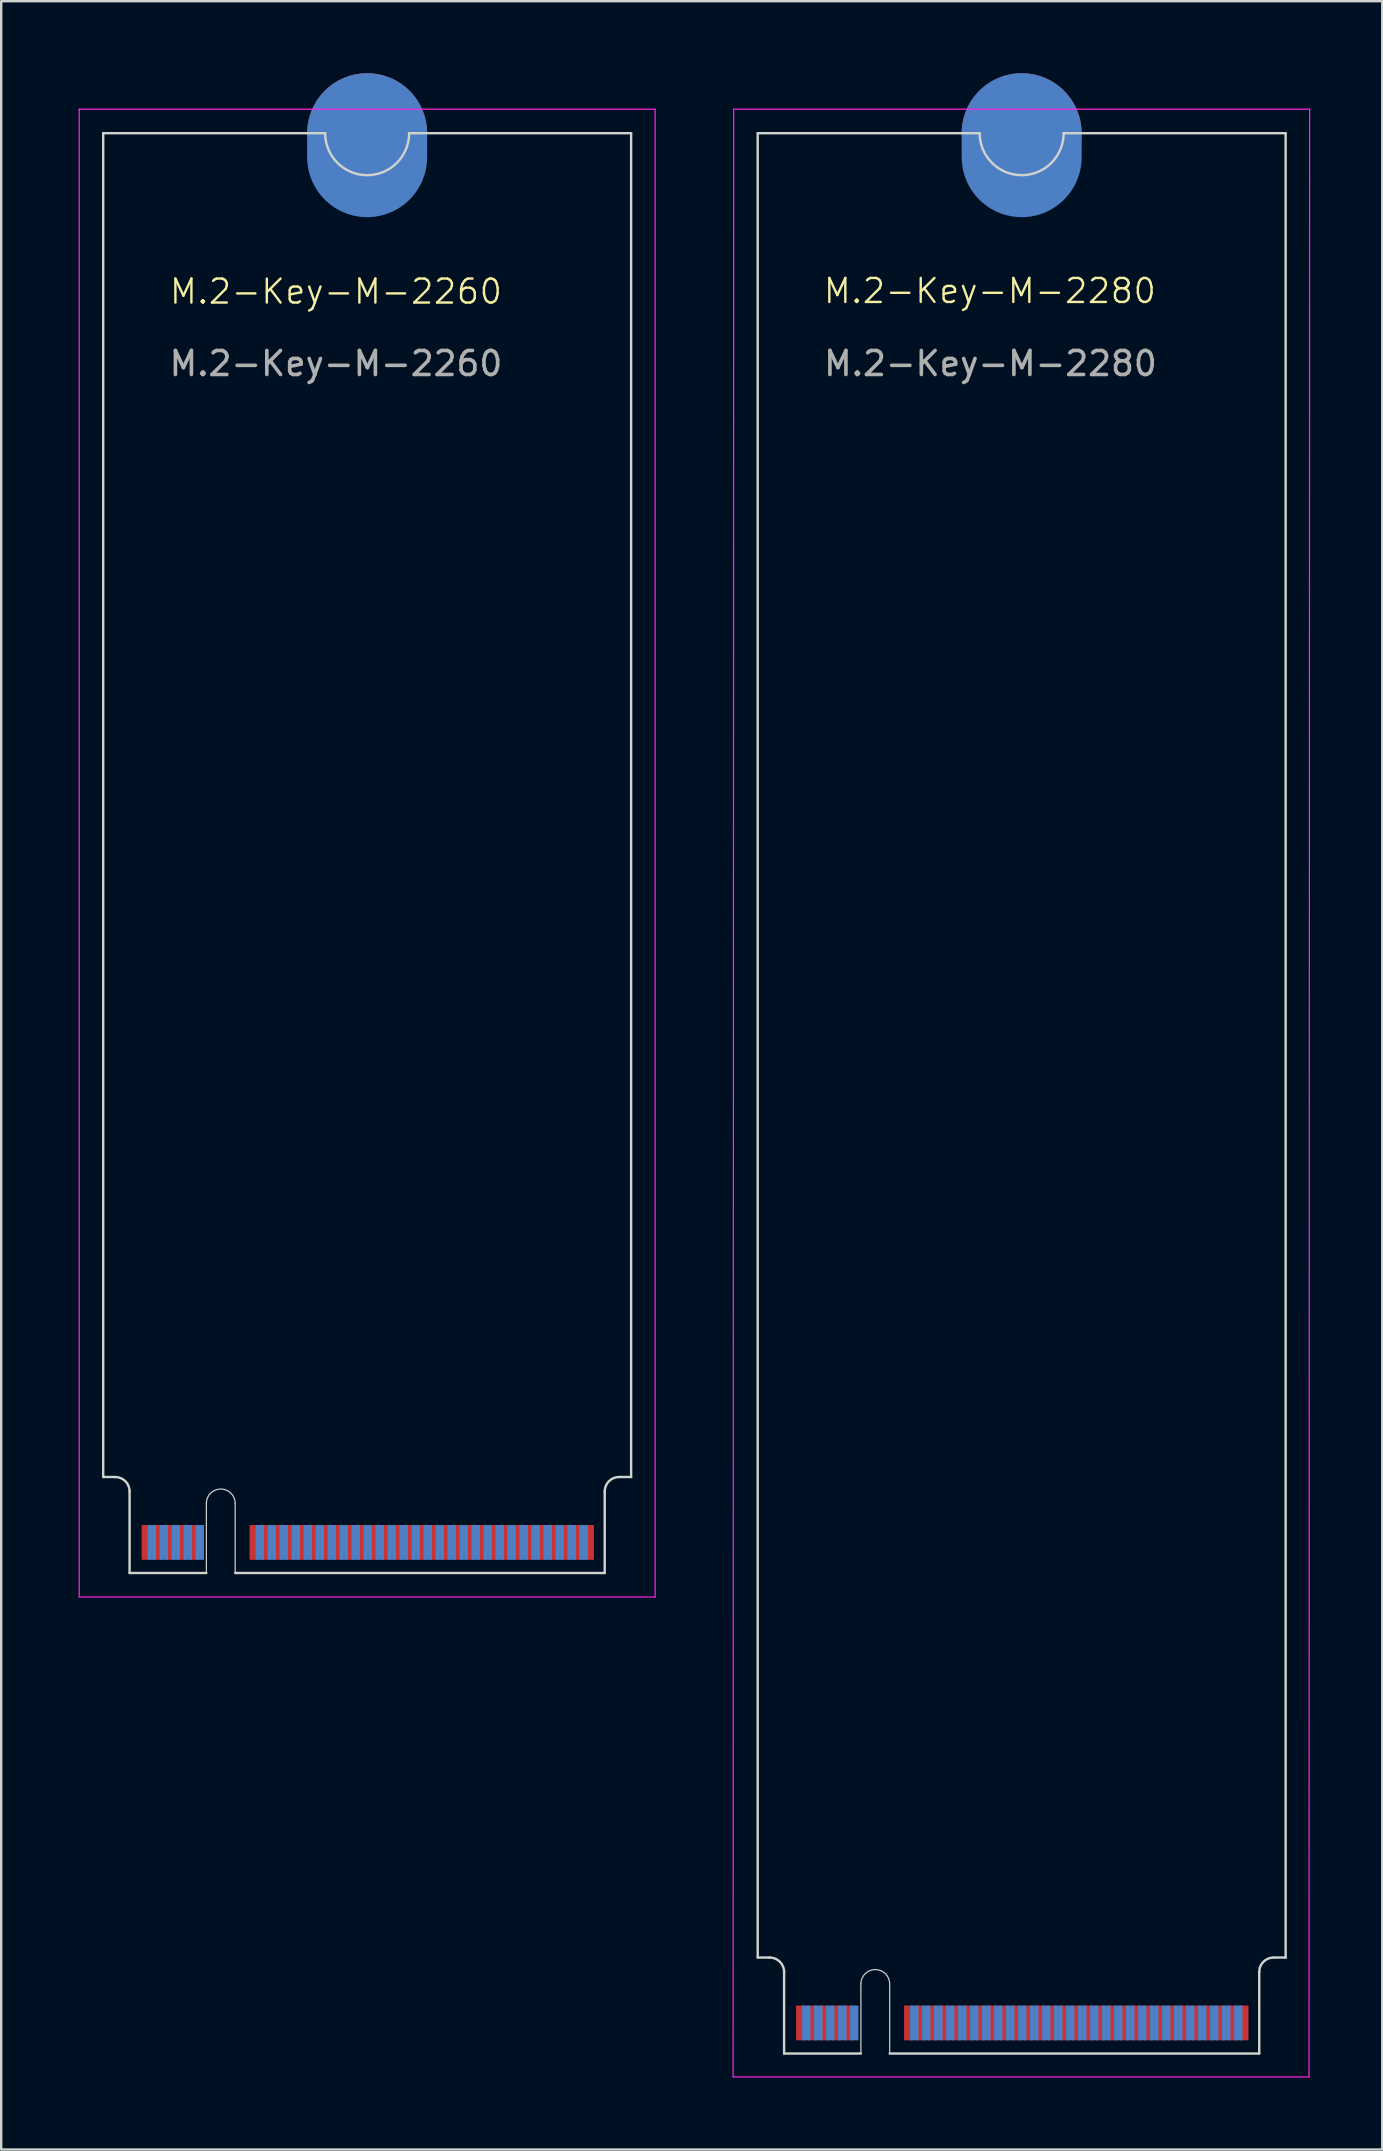
<source format=kicad_pcb>
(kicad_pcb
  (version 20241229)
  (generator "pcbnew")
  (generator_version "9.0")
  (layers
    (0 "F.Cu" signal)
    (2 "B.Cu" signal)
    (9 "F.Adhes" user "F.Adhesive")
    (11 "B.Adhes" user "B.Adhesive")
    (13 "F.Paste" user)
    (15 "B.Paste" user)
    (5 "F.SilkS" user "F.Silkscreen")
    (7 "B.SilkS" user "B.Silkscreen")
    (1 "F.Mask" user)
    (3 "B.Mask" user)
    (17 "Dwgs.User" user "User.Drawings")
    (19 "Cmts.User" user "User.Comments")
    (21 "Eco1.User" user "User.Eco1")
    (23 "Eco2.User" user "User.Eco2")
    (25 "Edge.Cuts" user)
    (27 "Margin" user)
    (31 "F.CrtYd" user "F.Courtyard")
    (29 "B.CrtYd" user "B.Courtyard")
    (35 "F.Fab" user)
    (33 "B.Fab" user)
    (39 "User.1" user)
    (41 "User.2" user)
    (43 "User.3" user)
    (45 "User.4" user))
  (footprint "M.2-Key-M-2280"
    (layer "F.Cu")
    (at 27.525 1.5)
    (property "Reference" "M.2-Key-M-2280" (at 10.675 7.575 0) (unlocked yes) (layer "F.SilkS") (effects (font (size 1 1) (thickness 0.1))))
    (attr exclude_from_pos_files exclude_from_bom allow_missing_courtyard)
    (fp_line (start 1 1) (end 1 77.025) (stroke (width 0.1) (type default)) (layer "Edge.Cuts"))
    (fp_line (start 1 1) (end 10.25 1) (stroke (width 0.1) (type default)) (layer "Edge.Cuts"))
    (fp_line (start 1 77.025) (end 1.5 77.025) (stroke (width 0.1) (type default)) (layer "Edge.Cuts"))
    (fp_line (start 2.1 77.625) (end 2.1 81.025) (stroke (width 0.1) (type default)) (layer "Edge.Cuts"))
    (fp_line (start 2.1 81.025) (end 5.3 81.025) (stroke (width 0.1) (type default)) (layer "Edge.Cuts"))
    (fp_line (start 5.3 81.025) (end 5.3 78.125) (stroke (width 0.05) (type default)) (layer "Edge.Cuts"))
    (fp_line (start 6.5 78.125) (end 6.5 81.025) (stroke (width 0.05) (type default)) (layer "Edge.Cuts"))
    (fp_line (start 6.5 81.025) (end 21.9 81.025) (stroke (width 0.1) (type default)) (layer "Edge.Cuts"))
    (fp_line (start 21.9 77.625) (end 21.9 81.025) (stroke (width 0.1) (type default)) (layer "Edge.Cuts"))
    (fp_line (start 23 1) (end 13.75 1) (stroke (width 0.1) (type default)) (layer "Edge.Cuts"))
    (fp_line (start 23 1) (end 23 77.025) (stroke (width 0.1) (type default)) (layer "Edge.Cuts"))
    (fp_line (start 23 77.025) (end 22.5 77.025) (stroke (width 0.1) (type default)) (layer "Edge.Cuts"))
    (fp_arc (start 1.5 77.025) (mid 1.924264 77.200736) (end 2.1 77.625) (stroke (width 0.1) (type default)) (layer "Edge.Cuts"))
    (fp_arc (start 5.3 78.125) (mid 5.9 77.525) (end 6.5 78.125) (stroke (width 0.05) (type default)) (layer "Edge.Cuts"))
    (fp_arc (start 13.75 1) (mid 12 2.75) (end 10.25 1) (stroke (width 0.1) (type default)) (layer "Edge.Cuts"))
    (fp_arc (start 21.9 77.625) (mid 22.075736 77.200736) (end 22.5 77.025) (stroke (width 0.1) (type default)) (layer "Edge.Cuts"))
    (fp_line (start -0.025 82) (end 0 0) (stroke (width 0.05) (type default)) (layer "F.CrtYd"))
    (fp_line (start -0.025 82) (end 23.975 82) (stroke (width 0.05) (type default)) (layer "F.CrtYd"))
    (fp_line (start 23.975 82) (end 24 0) (stroke (width 0.05) (type default)) (layer "F.CrtYd"))
    (fp_line (start 24 0) (end 0 0) (stroke (width 0.05) (type default)) (layer "F.CrtYd"))
    (fp_text user "${REFERENCE}" (at 10.7 10.6 0) (unlocked yes) (layer "F.Fab") (effects (font (size 1 1) (thickness 0.15))))
    (pad "1" connect rect (at 21.275 79.75) (size 0.35 1.45) (layers "F.Cu" "F.Mask"))
    (pad "2" connect rect (at 21.025 79.75) (size 0.35 1.45) (layers "B.Cu" "B.Mask"))
    (pad "3" connect rect (at 20.775 79.75) (size 0.35 1.45) (layers "F.Cu" "F.Mask"))
    (pad "4" connect rect (at 20.525 79.75) (size 0.35 1.45) (layers "B.Cu" "B.Mask"))
    (pad "5" connect rect (at 20.275 79.75) (size 0.35 1.45) (layers "F.Cu" "F.Mask"))
    (pad "6" connect rect (at 20.025 79.75) (size 0.35 1.45) (layers "B.Cu" "B.Mask"))
    (pad "7" connect rect (at 19.775 79.75) (size 0.35 1.45) (layers "F.Cu" "F.Mask"))
    (pad "8" connect rect (at 19.525 79.75) (size 0.35 1.45) (layers "B.Cu" "B.Mask"))
    (pad "9" connect rect (at 19.275 79.75) (size 0.35 1.45) (layers "F.Cu" "F.Mask"))
    (pad "10" connect rect (at 19.025 79.75) (size 0.35 1.45) (layers "B.Cu" "B.Mask"))
    (pad "11" connect rect (at 18.775 79.75) (size 0.35 1.45) (layers "F.Cu" "F.Mask"))
    (pad "12" connect rect (at 18.525 79.75) (size 0.35 1.45) (layers "B.Cu" "B.Mask"))
    (pad "13" connect rect (at 18.275 79.75) (size 0.35 1.45) (layers "F.Cu" "F.Mask"))
    (pad "14" connect rect (at 18.025 79.75) (size 0.35 1.45) (layers "B.Cu" "B.Mask"))
    (pad "15" connect rect (at 17.775 79.75) (size 0.35 1.45) (layers "F.Cu" "F.Mask"))
    (pad "16" connect rect (at 17.525 79.75) (size 0.35 1.45) (layers "B.Cu" "B.Mask"))
    (pad "17" connect rect (at 17.275 79.75) (size 0.35 1.45) (layers "F.Cu" "F.Mask"))
    (pad "18" connect rect (at 17.025 79.75) (size 0.35 1.45) (layers "B.Cu" "B.Mask"))
    (pad "19" connect rect (at 16.775 79.75) (size 0.35 1.45) (layers "F.Cu" "F.Mask"))
    (pad "20" connect rect (at 16.525 79.75) (size 0.35 1.45) (layers "B.Cu" "B.Mask"))
    (pad "21" connect rect (at 16.275 79.75) (size 0.35 1.45) (layers "F.Cu" "F.Mask"))
    (pad "22" connect rect (at 16.025 79.75) (size 0.35 1.45) (layers "B.Cu" "B.Mask"))
    (pad "23" connect rect (at 15.775 79.75) (size 0.35 1.45) (layers "F.Cu" "F.Mask"))
    (pad "24" connect rect (at 15.525 79.75) (size 0.35 1.45) (layers "B.Cu" "B.Mask"))
    (pad "25" connect rect (at 15.275 79.75) (size 0.35 1.45) (layers "F.Cu" "F.Mask"))
    (pad "26" connect rect (at 15.025 79.75) (size 0.35 1.45) (layers "B.Cu" "B.Mask"))
    (pad "27" connect rect (at 14.775 79.75) (size 0.35 1.45) (layers "F.Cu" "F.Mask"))
    (pad "28" connect rect (at 14.525 79.75) (size 0.35 1.45) (layers "B.Cu" "B.Mask"))
    (pad "29" connect rect (at 14.275 79.75) (size 0.35 1.45) (layers "F.Cu" "F.Mask"))
    (pad "30" connect rect (at 14.025 79.75) (size 0.35 1.45) (layers "B.Cu" "B.Mask"))
    (pad "31" connect rect (at 13.775 79.75) (size 0.35 1.45) (layers "F.Cu" "F.Mask"))
    (pad "32" connect rect (at 13.525 79.75) (size 0.35 1.45) (layers "B.Cu" "B.Mask"))
    (pad "33" connect rect (at 13.275 79.75) (size 0.35 1.45) (layers "F.Cu" "F.Mask"))
    (pad "34" connect rect (at 13.025 79.75) (size 0.35 1.45) (layers "B.Cu" "B.Mask"))
    (pad "35" connect rect (at 12.775 79.75) (size 0.35 1.45) (layers "F.Cu" "F.Mask"))
    (pad "36" connect rect (at 12.525 79.75) (size 0.35 1.45) (layers "B.Cu" "B.Mask"))
    (pad "37" connect rect (at 12.275 79.75) (size 0.35 1.45) (layers "F.Cu" "F.Mask"))
    (pad "38" connect rect (at 12.025 79.75) (size 0.35 1.45) (layers "B.Cu" "B.Mask"))
    (pad "39" connect rect (at 11.775 79.75) (size 0.35 1.45) (layers "F.Cu" "F.Mask"))
    (pad "40" connect rect (at 11.525 79.75) (size 0.35 1.45) (layers "B.Cu" "B.Mask"))
    (pad "41" connect rect (at 11.275 79.75) (size 0.35 1.45) (layers "F.Cu" "F.Mask"))
    (pad "42" connect rect (at 11.025 79.75) (size 0.35 1.45) (layers "B.Cu" "B.Mask"))
    (pad "43" connect rect (at 10.775 79.75) (size 0.35 1.45) (layers "F.Cu" "F.Mask"))
    (pad "44" connect rect (at 10.525 79.75) (size 0.35 1.45) (layers "B.Cu" "B.Mask"))
    (pad "45" connect rect (at 10.275 79.75) (size 0.35 1.45) (layers "F.Cu" "F.Mask"))
    (pad "46" connect rect (at 10.025 79.75) (size 0.35 1.45) (layers "B.Cu" "B.Mask"))
    (pad "47" connect rect (at 9.775 79.75) (size 0.35 1.45) (layers "F.Cu" "F.Mask"))
    (pad "48" connect rect (at 9.525 79.75) (size 0.35 1.45) (layers "B.Cu" "B.Mask"))
    (pad "49" connect rect (at 9.275 79.75) (size 0.35 1.45) (layers "F.Cu" "F.Mask"))
    (pad "50" connect rect (at 9.025 79.75) (size 0.35 1.45) (layers "B.Cu" "B.Mask"))
    (pad "51" connect rect (at 8.775 79.75) (size 0.35 1.45) (layers "F.Cu" "F.Mask"))
    (pad "52" connect rect (at 8.525 79.75) (size 0.35 1.45) (layers "B.Cu" "B.Mask"))
    (pad "53" connect rect (at 8.275 79.75) (size 0.35 1.45) (layers "F.Cu" "F.Mask"))
    (pad "54" connect rect (at 8.025 79.75) (size 0.35 1.45) (layers "B.Cu" "B.Mask"))
    (pad "55" connect rect (at 7.775 79.75) (size 0.35 1.45) (layers "F.Cu" "F.Mask"))
    (pad "56" connect rect (at 7.525 79.75) (size 0.35 1.45) (layers "B.Cu" "B.Mask"))
    (pad "57" connect rect (at 7.275 79.75) (size 0.35 1.45) (layers "F.Cu" "F.Mask"))
    (pad "66" connect rect (at 5.025 79.75) (size 0.35 1.45) (layers "B.Cu" "B.Mask"))
    (pad "67" connect rect (at 4.775 79.75) (size 0.35 1.45) (layers "F.Cu" "F.Mask"))
    (pad "68" connect rect (at 4.525 79.75) (size 0.35 1.45) (layers "B.Cu" "B.Mask"))
    (pad "69" connect rect (at 4.275 79.75) (size 0.35 1.45) (layers "F.Cu" "F.Mask"))
    (pad "70" connect rect (at 4.025 79.75) (size 0.35 1.45) (layers "B.Cu" "B.Mask"))
    (pad "71" connect rect (at 3.775 79.75) (size 0.35 1.45) (layers "F.Cu" "F.Mask"))
    (pad "72" connect rect (at 3.525 79.75) (size 0.35 1.45) (layers "B.Cu" "B.Mask"))
    (pad "73" connect rect (at 3.275 79.75) (size 0.35 1.45) (layers "F.Cu" "F.Mask"))
    (pad "74" connect rect (at 3.025 79.75) (size 0.35 1.45) (layers "B.Cu" "B.Mask"))
    (pad "75" connect rect (at 2.775 79.75) (size 0.35 1.45) (layers "F.Cu" "F.Mask"))
    (pad "76" connect circle (at 12 1) (size 5 5) (layers "F.Cu" "F.Mask"))
    (pad "76" connect oval (at 12 1.5) (size 5 6) (layers "B.Cu" "B.Mask")))
  (footprint "M.2-Key-M-2260"
    (layer "F.Cu")
    (at 0.25 1.5)
    (property "Reference" "M.2-Key-M-2260" (at 10.7 7.6 0) (unlocked yes) (layer "F.SilkS") (effects (font (size 1 1) (thickness 0.1))))
    (attr exclude_from_pos_files exclude_from_bom allow_missing_courtyard)
    (fp_line (start 1 1) (end 1 57) (stroke (width 0.1) (type default)) (layer "Edge.Cuts"))
    (fp_line (start 1 1) (end 10.25 1) (stroke (width 0.1) (type default)) (layer "Edge.Cuts"))
    (fp_line (start 1 57) (end 1.5 57) (stroke (width 0.1) (type default)) (layer "Edge.Cuts"))
    (fp_line (start 2.1 57.6) (end 2.1 61) (stroke (width 0.1) (type default)) (layer "Edge.Cuts"))
    (fp_line (start 2.1 61) (end 5.3 61) (stroke (width 0.1) (type default)) (layer "Edge.Cuts"))
    (fp_line (start 5.3 61) (end 5.3 58.1) (stroke (width 0.05) (type default)) (layer "Edge.Cuts"))
    (fp_line (start 6.5 58.1) (end 6.5 61) (stroke (width 0.05) (type default)) (layer "Edge.Cuts"))
    (fp_line (start 6.5 61) (end 21.9 61) (stroke (width 0.1) (type default)) (layer "Edge.Cuts"))
    (fp_line (start 21.9 57.6) (end 21.9 61) (stroke (width 0.1) (type default)) (layer "Edge.Cuts"))
    (fp_line (start 23 1) (end 13.75 1) (stroke (width 0.1) (type default)) (layer "Edge.Cuts"))
    (fp_line (start 23 1) (end 23 57) (stroke (width 0.1) (type default)) (layer "Edge.Cuts"))
    (fp_line (start 23 57) (end 22.5 57) (stroke (width 0.1) (type default)) (layer "Edge.Cuts"))
    (fp_arc (start 1.5 57) (mid 1.924264 57.175736) (end 2.1 57.6) (stroke (width 0.1) (type default)) (layer "Edge.Cuts"))
    (fp_arc (start 5.3 58.1) (mid 5.9 57.5) (end 6.5 58.1) (stroke (width 0.05) (type default)) (layer "Edge.Cuts"))
    (fp_arc (start 13.75 1) (mid 12 2.75) (end 10.25 1) (stroke (width 0.1) (type default)) (layer "Edge.Cuts"))
    (fp_arc (start 21.9 57.6) (mid 22.075736 57.175736) (end 22.5 57) (stroke (width 0.1) (type default)) (layer "Edge.Cuts"))
    (fp_line (start 0 62) (end 0 0) (stroke (width 0.05) (type default)) (layer "F.CrtYd"))
    (fp_line (start 0 62) (end 24 62) (stroke (width 0.05) (type default)) (layer "F.CrtYd"))
    (fp_line (start 24 0) (end 0 0) (stroke (width 0.05) (type default)) (layer "F.CrtYd"))
    (fp_line (start 24 62) (end 24 0) (stroke (width 0.05) (type default)) (layer "F.CrtYd"))
    (fp_text user "${REFERENCE}" (at 10.7 10.6 0) (unlocked yes) (layer "F.Fab") (effects (font (size 1 1) (thickness 0.15))))
    (pad "1" connect rect (at 21.275 59.725) (size 0.35 1.45) (layers "F.Cu" "F.Mask"))
    (pad "2" connect rect (at 21.025 59.725) (size 0.35 1.45) (layers "B.Cu" "B.Mask"))
    (pad "3" connect rect (at 20.775 59.725) (size 0.35 1.45) (layers "F.Cu" "F.Mask"))
    (pad "4" connect rect (at 20.525 59.725) (size 0.35 1.45) (layers "B.Cu" "B.Mask"))
    (pad "5" connect rect (at 20.275 59.725) (size 0.35 1.45) (layers "F.Cu" "F.Mask"))
    (pad "6" connect rect (at 20.025 59.725) (size 0.35 1.45) (layers "B.Cu" "B.Mask"))
    (pad "7" connect rect (at 19.775 59.725) (size 0.35 1.45) (layers "F.Cu" "F.Mask"))
    (pad "8" connect rect (at 19.525 59.725) (size 0.35 1.45) (layers "B.Cu" "B.Mask"))
    (pad "9" connect rect (at 19.275 59.725) (size 0.35 1.45) (layers "F.Cu" "F.Mask"))
    (pad "10" connect rect (at 19.025 59.725) (size 0.35 1.45) (layers "B.Cu" "B.Mask"))
    (pad "11" connect rect (at 18.775 59.725) (size 0.35 1.45) (layers "F.Cu" "F.Mask"))
    (pad "12" connect rect (at 18.525 59.725) (size 0.35 1.45) (layers "B.Cu" "B.Mask"))
    (pad "13" connect rect (at 18.275 59.725) (size 0.35 1.45) (layers "F.Cu" "F.Mask"))
    (pad "14" connect rect (at 18.025 59.725) (size 0.35 1.45) (layers "B.Cu" "B.Mask"))
    (pad "15" connect rect (at 17.775 59.725) (size 0.35 1.45) (layers "F.Cu" "F.Mask"))
    (pad "16" connect rect (at 17.525 59.725) (size 0.35 1.45) (layers "B.Cu" "B.Mask"))
    (pad "17" connect rect (at 17.275 59.725) (size 0.35 1.45) (layers "F.Cu" "F.Mask"))
    (pad "18" connect rect (at 17.025 59.725) (size 0.35 1.45) (layers "B.Cu" "B.Mask"))
    (pad "19" connect rect (at 16.775 59.725) (size 0.35 1.45) (layers "F.Cu" "F.Mask"))
    (pad "20" connect rect (at 16.525 59.725) (size 0.35 1.45) (layers "B.Cu" "B.Mask"))
    (pad "21" connect rect (at 16.275 59.725) (size 0.35 1.45) (layers "F.Cu" "F.Mask"))
    (pad "22" connect rect (at 16.025 59.725) (size 0.35 1.45) (layers "B.Cu" "B.Mask"))
    (pad "23" connect rect (at 15.775 59.725) (size 0.35 1.45) (layers "F.Cu" "F.Mask"))
    (pad "24" connect rect (at 15.525 59.725) (size 0.35 1.45) (layers "B.Cu" "B.Mask"))
    (pad "25" connect rect (at 15.275 59.725) (size 0.35 1.45) (layers "F.Cu" "F.Mask"))
    (pad "26" connect rect (at 15.025 59.725) (size 0.35 1.45) (layers "B.Cu" "B.Mask"))
    (pad "27" connect rect (at 14.775 59.725) (size 0.35 1.45) (layers "F.Cu" "F.Mask"))
    (pad "28" connect rect (at 14.525 59.725) (size 0.35 1.45) (layers "B.Cu" "B.Mask"))
    (pad "29" connect rect (at 14.275 59.725) (size 0.35 1.45) (layers "F.Cu" "F.Mask"))
    (pad "30" connect rect (at 14.025 59.725) (size 0.35 1.45) (layers "B.Cu" "B.Mask"))
    (pad "31" connect rect (at 13.775 59.725) (size 0.35 1.45) (layers "F.Cu" "F.Mask"))
    (pad "32" connect rect (at 13.525 59.725) (size 0.35 1.45) (layers "B.Cu" "B.Mask"))
    (pad "33" connect rect (at 13.275 59.725) (size 0.35 1.45) (layers "F.Cu" "F.Mask"))
    (pad "34" connect rect (at 13.025 59.725) (size 0.35 1.45) (layers "B.Cu" "B.Mask"))
    (pad "35" connect rect (at 12.775 59.725) (size 0.35 1.45) (layers "F.Cu" "F.Mask"))
    (pad "36" connect rect (at 12.525 59.725) (size 0.35 1.45) (layers "B.Cu" "B.Mask"))
    (pad "37" connect rect (at 12.275 59.725) (size 0.35 1.45) (layers "F.Cu" "F.Mask"))
    (pad "38" connect rect (at 12.025 59.725) (size 0.35 1.45) (layers "B.Cu" "B.Mask"))
    (pad "39" connect rect (at 11.775 59.725) (size 0.35 1.45) (layers "F.Cu" "F.Mask"))
    (pad "40" connect rect (at 11.525 59.725) (size 0.35 1.45) (layers "B.Cu" "B.Mask"))
    (pad "41" connect rect (at 11.275 59.725) (size 0.35 1.45) (layers "F.Cu" "F.Mask"))
    (pad "42" connect rect (at 11.025 59.725) (size 0.35 1.45) (layers "B.Cu" "B.Mask"))
    (pad "43" connect rect (at 10.775 59.725) (size 0.35 1.45) (layers "F.Cu" "F.Mask"))
    (pad "44" connect rect (at 10.525 59.725) (size 0.35 1.45) (layers "B.Cu" "B.Mask"))
    (pad "45" connect rect (at 10.275 59.725) (size 0.35 1.45) (layers "F.Cu" "F.Mask"))
    (pad "46" connect rect (at 10.025 59.725) (size 0.35 1.45) (layers "B.Cu" "B.Mask"))
    (pad "47" connect rect (at 9.775 59.725) (size 0.35 1.45) (layers "F.Cu" "F.Mask"))
    (pad "48" connect rect (at 9.525 59.725) (size 0.35 1.45) (layers "B.Cu" "B.Mask"))
    (pad "49" connect rect (at 9.275 59.725) (size 0.35 1.45) (layers "F.Cu" "F.Mask"))
    (pad "50" connect rect (at 9.025 59.725) (size 0.35 1.45) (layers "B.Cu" "B.Mask"))
    (pad "51" connect rect (at 8.775 59.725) (size 0.35 1.45) (layers "F.Cu" "F.Mask"))
    (pad "52" connect rect (at 8.525 59.725) (size 0.35 1.45) (layers "B.Cu" "B.Mask"))
    (pad "53" connect rect (at 8.275 59.725) (size 0.35 1.45) (layers "F.Cu" "F.Mask"))
    (pad "54" connect rect (at 8.025 59.725) (size 0.35 1.45) (layers "B.Cu" "B.Mask"))
    (pad "55" connect rect (at 7.775 59.725) (size 0.35 1.45) (layers "F.Cu" "F.Mask"))
    (pad "56" connect rect (at 7.525 59.725) (size 0.35 1.45) (layers "B.Cu" "B.Mask"))
    (pad "57" connect rect (at 7.275 59.725) (size 0.35 1.45) (layers "F.Cu" "F.Mask"))
    (pad "66" connect rect (at 5.025 59.725) (size 0.35 1.45) (layers "B.Cu" "B.Mask"))
    (pad "67" connect rect (at 4.775 59.725) (size 0.35 1.45) (layers "F.Cu" "F.Mask"))
    (pad "68" connect rect (at 4.525 59.725) (size 0.35 1.45) (layers "B.Cu" "B.Mask"))
    (pad "69" connect rect (at 4.275 59.725) (size 0.35 1.45) (layers "F.Cu" "F.Mask"))
    (pad "70" connect rect (at 4.025 59.725) (size 0.35 1.45) (layers "B.Cu" "B.Mask"))
    (pad "71" connect rect (at 3.775 59.725) (size 0.35 1.45) (layers "F.Cu" "F.Mask"))
    (pad "72" connect rect (at 3.525 59.725) (size 0.35 1.45) (layers "B.Cu" "B.Mask"))
    (pad "73" connect rect (at 3.275 59.725) (size 0.35 1.45) (layers "F.Cu" "F.Mask"))
    (pad "74" connect rect (at 3.025 59.725) (size 0.35 1.45) (layers "B.Cu" "B.Mask"))
    (pad "75" connect rect (at 2.775 59.725) (size 0.35 1.45) (layers "F.Cu" "F.Mask"))
    (pad "76" connect circle (at 12 1) (size 5 5) (layers "F.Cu" "F.Mask"))
    (pad "76" connect oval (at 12 1.5) (size 5 6) (layers "B.Cu" "B.Mask")))
  (gr_rect
    (start -3 -3)
    (end 54.55 86.525)
    (stroke (width 0.1) (type default))
    (fill no)
    (layer "Edge.Cuts")))
</source>
